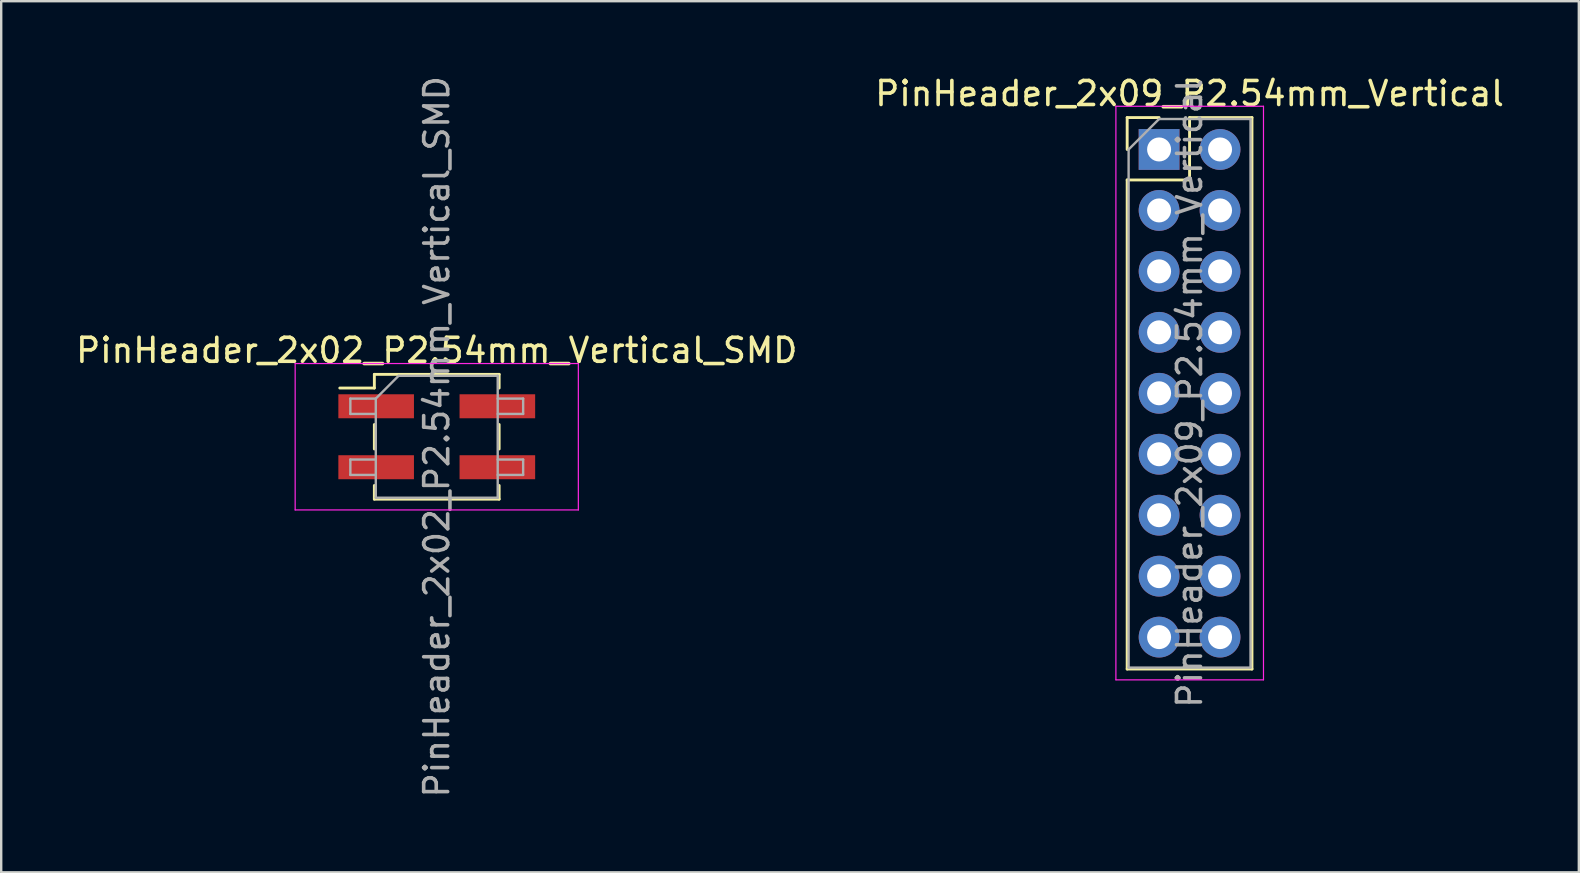
<source format=kicad_pcb>
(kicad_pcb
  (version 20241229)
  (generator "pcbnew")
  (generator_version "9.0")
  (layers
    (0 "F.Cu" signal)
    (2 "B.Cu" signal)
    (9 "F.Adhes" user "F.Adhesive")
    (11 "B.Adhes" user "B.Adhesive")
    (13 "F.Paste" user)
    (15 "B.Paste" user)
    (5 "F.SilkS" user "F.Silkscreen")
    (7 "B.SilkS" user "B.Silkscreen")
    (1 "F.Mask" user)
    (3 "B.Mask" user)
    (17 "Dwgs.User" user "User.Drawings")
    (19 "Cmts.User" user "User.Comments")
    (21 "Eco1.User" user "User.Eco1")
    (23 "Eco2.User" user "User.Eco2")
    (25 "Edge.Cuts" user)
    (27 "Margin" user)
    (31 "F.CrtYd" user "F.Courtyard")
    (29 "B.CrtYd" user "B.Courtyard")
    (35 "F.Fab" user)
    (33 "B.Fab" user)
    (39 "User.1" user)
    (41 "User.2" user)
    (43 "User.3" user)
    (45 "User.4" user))
  (footprint "PinHeader_2x02_P2.54mm_Vertical_SMD"
    (layer "F.Cu")
    (at 15.149 15.149)
    (property "Reference" "PinHeader_2x02_P2.54mm_Vertical_SMD" (at 0 -3.6 0) (layer "F.SilkS") (effects (font (size 1 1) (thickness 0.15))))
    (attr smd)
    (fp_line (start -4.04 -2.03) (end -2.6 -2.03) (stroke (width 0.12) (type solid)) (layer "F.SilkS"))
    (fp_line (start -2.6 -2.6) (end -2.6 -2.03) (stroke (width 0.12) (type solid)) (layer "F.SilkS"))
    (fp_line (start -2.6 -2.6) (end 2.6 -2.6) (stroke (width 0.12) (type solid)) (layer "F.SilkS"))
    (fp_line (start -2.6 -0.51) (end -2.6 0.51) (stroke (width 0.12) (type solid)) (layer "F.SilkS"))
    (fp_line (start -2.6 2.03) (end -2.6 2.6) (stroke (width 0.12) (type solid)) (layer "F.SilkS"))
    (fp_line (start -2.6 2.6) (end 2.6 2.6) (stroke (width 0.12) (type solid)) (layer "F.SilkS"))
    (fp_line (start 2.6 -2.6) (end 2.6 -2.03) (stroke (width 0.12) (type solid)) (layer "F.SilkS"))
    (fp_line (start 2.6 -0.51) (end 2.6 0.51) (stroke (width 0.12) (type solid)) (layer "F.SilkS"))
    (fp_line (start 2.6 2.03) (end 2.6 2.6) (stroke (width 0.12) (type solid)) (layer "F.SilkS"))
    (fp_line (start -5.9 -3.05) (end -5.9 3.05) (stroke (width 0.05) (type solid)) (layer "F.CrtYd"))
    (fp_line (start -5.9 3.05) (end 5.9 3.05) (stroke (width 0.05) (type solid)) (layer "F.CrtYd"))
    (fp_line (start 5.9 -3.05) (end -5.9 -3.05) (stroke (width 0.05) (type solid)) (layer "F.CrtYd"))
    (fp_line (start 5.9 3.05) (end 5.9 -3.05) (stroke (width 0.05) (type solid)) (layer "F.CrtYd"))
    (fp_line (start -3.6 -1.59) (end -3.6 -0.95) (stroke (width 0.1) (type solid)) (layer "F.Fab"))
    (fp_line (start -3.6 -0.95) (end -2.54 -0.95) (stroke (width 0.1) (type solid)) (layer "F.Fab"))
    (fp_line (start -3.6 0.95) (end -3.6 1.59) (stroke (width 0.1) (type solid)) (layer "F.Fab"))
    (fp_line (start -3.6 1.59) (end -2.54 1.59) (stroke (width 0.1) (type solid)) (layer "F.Fab"))
    (fp_line (start -2.54 -1.59) (end -3.6 -1.59) (stroke (width 0.1) (type solid)) (layer "F.Fab"))
    (fp_line (start -2.54 -1.59) (end -1.59 -2.54) (stroke (width 0.1) (type solid)) (layer "F.Fab"))
    (fp_line (start -2.54 0.95) (end -3.6 0.95) (stroke (width 0.1) (type solid)) (layer "F.Fab"))
    (fp_line (start -2.54 2.54) (end -2.54 -1.59) (stroke (width 0.1) (type solid)) (layer "F.Fab"))
    (fp_line (start -1.59 -2.54) (end 2.54 -2.54) (stroke (width 0.1) (type solid)) (layer "F.Fab"))
    (fp_line (start 2.54 -2.54) (end 2.54 2.54) (stroke (width 0.1) (type solid)) (layer "F.Fab"))
    (fp_line (start 2.54 -1.59) (end 3.6 -1.59) (stroke (width 0.1) (type solid)) (layer "F.Fab"))
    (fp_line (start 2.54 0.95) (end 3.6 0.95) (stroke (width 0.1) (type solid)) (layer "F.Fab"))
    (fp_line (start 2.54 2.54) (end -2.54 2.54) (stroke (width 0.1) (type solid)) (layer "F.Fab"))
    (fp_line (start 3.6 -1.59) (end 3.6 -0.95) (stroke (width 0.1) (type solid)) (layer "F.Fab"))
    (fp_line (start 3.6 -0.95) (end 2.54 -0.95) (stroke (width 0.1) (type solid)) (layer "F.Fab"))
    (fp_line (start 3.6 0.95) (end 3.6 1.59) (stroke (width 0.1) (type solid)) (layer "F.Fab"))
    (fp_line (start 3.6 1.59) (end 2.54 1.59) (stroke (width 0.1) (type solid)) (layer "F.Fab"))
    (fp_text user "${REFERENCE}" (at 0 0 90) (layer "F.Fab") (effects (font (size 1 1) (thickness 0.15))))
    (pad "1" smd rect (at -2.525 -1.27) (size 3.15 1) (layers "F.Cu" "F.Mask" "F.Paste"))
    (pad "2" smd rect (at 2.525 -1.27) (size 3.15 1) (layers "F.Cu" "F.Mask" "F.Paste"))
    (pad "3" smd rect (at -2.525 1.27) (size 3.15 1) (layers "F.Cu" "F.Mask" "F.Paste"))
    (pad "4" smd rect (at 2.525 1.27) (size 3.15 1) (layers "F.Cu" "F.Mask" "F.Paste")))
  (footprint "PinHeader_2x09_P2.54mm_Vertical"
    (layer "F.Cu")
    (at 45.248 3.178)
    (property "Reference" "PinHeader_2x09_P2.54mm_Vertical" (at 1.27 -2.33 0) (layer "F.SilkS") (effects (font (size 1 1) (thickness 0.15))))
    (attr through_hole)
    (fp_line (start -1.33 -1.33) (end 0 -1.33) (stroke (width 0.12) (type solid)) (layer "F.SilkS"))
    (fp_line (start -1.33 0) (end -1.33 -1.33) (stroke (width 0.12) (type solid)) (layer "F.SilkS"))
    (fp_line (start -1.33 1.27) (end -1.33 21.65) (stroke (width 0.12) (type solid)) (layer "F.SilkS"))
    (fp_line (start -1.33 1.27) (end 1.27 1.27) (stroke (width 0.12) (type solid)) (layer "F.SilkS"))
    (fp_line (start -1.33 21.65) (end 3.87 21.65) (stroke (width 0.12) (type solid)) (layer "F.SilkS"))
    (fp_line (start 1.27 -1.33) (end 3.87 -1.33) (stroke (width 0.12) (type solid)) (layer "F.SilkS"))
    (fp_line (start 1.27 1.27) (end 1.27 -1.33) (stroke (width 0.12) (type solid)) (layer "F.SilkS"))
    (fp_line (start 3.87 -1.33) (end 3.87 21.65) (stroke (width 0.12) (type solid)) (layer "F.SilkS"))
    (fp_line (start -1.8 -1.8) (end -1.8 22.1) (stroke (width 0.05) (type solid)) (layer "F.CrtYd"))
    (fp_line (start -1.8 22.1) (end 4.35 22.1) (stroke (width 0.05) (type solid)) (layer "F.CrtYd"))
    (fp_line (start 4.35 -1.8) (end -1.8 -1.8) (stroke (width 0.05) (type solid)) (layer "F.CrtYd"))
    (fp_line (start 4.35 22.1) (end 4.35 -1.8) (stroke (width 0.05) (type solid)) (layer "F.CrtYd"))
    (fp_line (start -1.27 0) (end 0 -1.27) (stroke (width 0.1) (type solid)) (layer "F.Fab"))
    (fp_line (start -1.27 21.59) (end -1.27 0) (stroke (width 0.1) (type solid)) (layer "F.Fab"))
    (fp_line (start 0 -1.27) (end 3.81 -1.27) (stroke (width 0.1) (type solid)) (layer "F.Fab"))
    (fp_line (start 3.81 -1.27) (end 3.81 21.59) (stroke (width 0.1) (type solid)) (layer "F.Fab"))
    (fp_line (start 3.81 21.59) (end -1.27 21.59) (stroke (width 0.1) (type solid)) (layer "F.Fab"))
    (fp_text user "${REFERENCE}" (at 1.27 10.16 90) (layer "F.Fab") (effects (font (size 1 1) (thickness 0.15))))
    (pad "1" thru_hole rect (at 0 0) (size 1.7 1.7) (drill 1) (layers "*.Cu" "*.Mask"))
    (pad "2" thru_hole oval (at 2.54 0) (size 1.7 1.7) (drill 1) (layers "*.Cu" "*.Mask"))
    (pad "3" thru_hole oval (at 0 2.54) (size 1.7 1.7) (drill 1) (layers "*.Cu" "*.Mask"))
    (pad "4" thru_hole oval (at 2.54 2.54) (size 1.7 1.7) (drill 1) (layers "*.Cu" "*.Mask"))
    (pad "5" thru_hole oval (at 0 5.08) (size 1.7 1.7) (drill 1) (layers "*.Cu" "*.Mask"))
    (pad "6" thru_hole oval (at 2.54 5.08) (size 1.7 1.7) (drill 1) (layers "*.Cu" "*.Mask"))
    (pad "7" thru_hole oval (at 0 7.62) (size 1.7 1.7) (drill 1) (layers "*.Cu" "*.Mask"))
    (pad "8" thru_hole oval (at 2.54 7.62) (size 1.7 1.7) (drill 1) (layers "*.Cu" "*.Mask"))
    (pad "9" thru_hole oval (at 0 10.16) (size 1.7 1.7) (drill 1) (layers "*.Cu" "*.Mask"))
    (pad "10" thru_hole oval (at 2.54 10.16) (size 1.7 1.7) (drill 1) (layers "*.Cu" "*.Mask"))
    (pad "11" thru_hole oval (at 0 12.7) (size 1.7 1.7) (drill 1) (layers "*.Cu" "*.Mask"))
    (pad "12" thru_hole oval (at 2.54 12.7) (size 1.7 1.7) (drill 1) (layers "*.Cu" "*.Mask"))
    (pad "13" thru_hole oval (at 0 15.24) (size 1.7 1.7) (drill 1) (layers "*.Cu" "*.Mask"))
    (pad "14" thru_hole oval (at 2.54 15.24) (size 1.7 1.7) (drill 1) (layers "*.Cu" "*.Mask"))
    (pad "15" thru_hole oval (at 0 17.78) (size 1.7 1.7) (drill 1) (layers "*.Cu" "*.Mask"))
    (pad "16" thru_hole oval (at 2.54 17.78) (size 1.7 1.7) (drill 1) (layers "*.Cu" "*.Mask"))
    (pad "17" thru_hole oval (at 0 20.32) (size 1.7 1.7) (drill 1) (layers "*.Cu" "*.Mask"))
    (pad "18" thru_hole oval (at 2.54 20.32) (size 1.7 1.7) (drill 1) (layers "*.Cu" "*.Mask")))
  (gr_rect
    (start -3 -3)
    (end 62.738 33.298)
    (stroke (width 0.1) (type default))
    (fill no)
    (layer "Edge.Cuts")))
</source>
